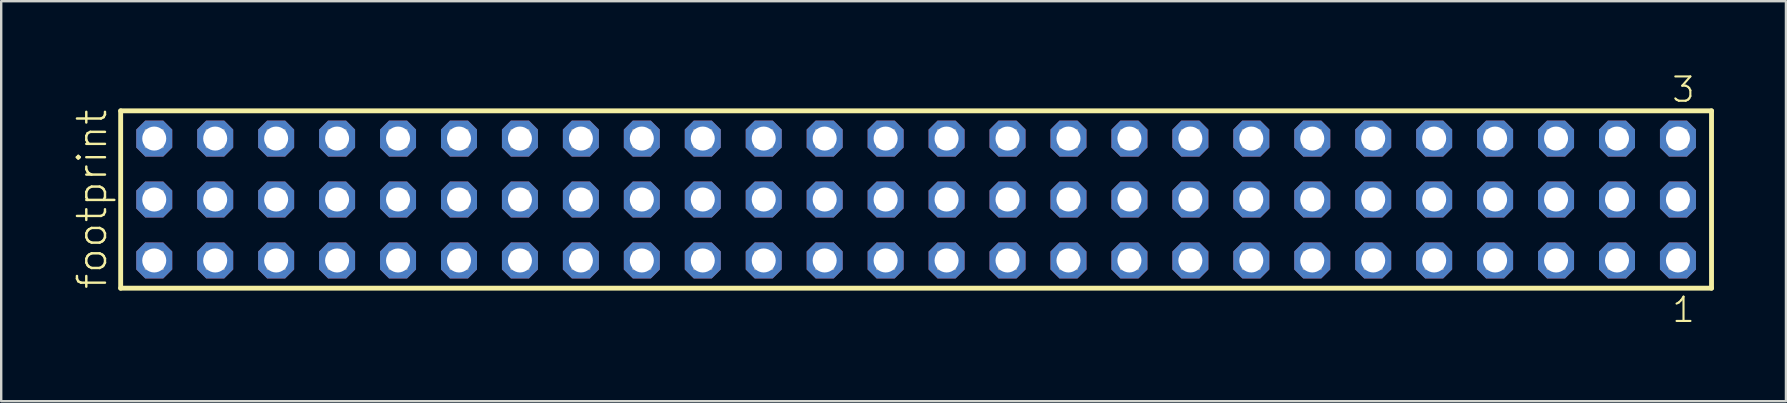
<source format=kicad_pcb>
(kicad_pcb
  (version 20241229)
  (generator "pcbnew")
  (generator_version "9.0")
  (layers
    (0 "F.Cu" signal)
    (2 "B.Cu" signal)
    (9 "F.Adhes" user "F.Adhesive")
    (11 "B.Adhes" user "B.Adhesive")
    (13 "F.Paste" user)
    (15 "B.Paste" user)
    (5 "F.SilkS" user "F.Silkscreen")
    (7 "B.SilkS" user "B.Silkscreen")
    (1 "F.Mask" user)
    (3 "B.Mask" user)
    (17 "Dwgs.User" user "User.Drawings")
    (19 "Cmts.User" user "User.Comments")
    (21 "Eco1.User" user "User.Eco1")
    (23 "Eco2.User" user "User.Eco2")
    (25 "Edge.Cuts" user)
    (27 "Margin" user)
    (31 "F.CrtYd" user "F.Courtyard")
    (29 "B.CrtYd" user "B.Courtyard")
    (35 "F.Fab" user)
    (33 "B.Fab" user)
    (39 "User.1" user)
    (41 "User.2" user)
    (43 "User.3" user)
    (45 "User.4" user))
  (footprint "footprint"
    (layer "F.Cu")
    (at 35.128 5.265)
    (property "Reference" "footprint" (at -33.655 3.81 90) (layer "F.SilkS") (effects (font (size 1.168 1.168) (thickness 0.102)) (justify left bottom)))
    (fp_line (start -33.149 -3.695) (end 33.149 -3.695) (stroke (width 0.203) (type solid)) (layer "F.SilkS"))
    (fp_line (start -33.149 3.695) (end -33.149 -3.695) (stroke (width 0.203) (type solid)) (layer "F.SilkS"))
    (fp_line (start 33.149 -3.695) (end 33.149 3.695) (stroke (width 0.203) (type solid)) (layer "F.SilkS"))
    (fp_line (start 33.149 3.695) (end -33.149 3.695) (stroke (width 0.203) (type solid)) (layer "F.SilkS"))
    (fp_poly (pts (xy -32.1 -2.19) (xy -31.4 -2.19) (xy -31.4 -2.89) (xy -32.1 -2.89)) (stroke (width 0.1) (type solid)) (fill no) (layer "F.Fab"))
    (fp_poly (pts (xy -32.1 0.35) (xy -31.4 0.35) (xy -31.4 -0.35) (xy -32.1 -0.35)) (stroke (width 0.1) (type solid)) (fill no) (layer "F.Fab"))
    (fp_poly (pts (xy -32.1 2.89) (xy -31.4 2.89) (xy -31.4 2.19) (xy -32.1 2.19)) (stroke (width 0.1) (type solid)) (fill no) (layer "F.Fab"))
    (fp_poly (pts (xy -29.56 -2.19) (xy -28.86 -2.19) (xy -28.86 -2.89) (xy -29.56 -2.89)) (stroke (width 0.1) (type solid)) (fill no) (layer "F.Fab"))
    (fp_poly (pts (xy -29.56 0.35) (xy -28.86 0.35) (xy -28.86 -0.35) (xy -29.56 -0.35)) (stroke (width 0.1) (type solid)) (fill no) (layer "F.Fab"))
    (fp_poly (pts (xy -29.56 2.89) (xy -28.86 2.89) (xy -28.86 2.19) (xy -29.56 2.19)) (stroke (width 0.1) (type solid)) (fill no) (layer "F.Fab"))
    (fp_poly (pts (xy -27.02 -2.19) (xy -26.32 -2.19) (xy -26.32 -2.89) (xy -27.02 -2.89)) (stroke (width 0.1) (type solid)) (fill no) (layer "F.Fab"))
    (fp_poly (pts (xy -27.02 0.35) (xy -26.32 0.35) (xy -26.32 -0.35) (xy -27.02 -0.35)) (stroke (width 0.1) (type solid)) (fill no) (layer "F.Fab"))
    (fp_poly (pts (xy -27.02 2.89) (xy -26.32 2.89) (xy -26.32 2.19) (xy -27.02 2.19)) (stroke (width 0.1) (type solid)) (fill no) (layer "F.Fab"))
    (fp_poly (pts (xy -24.48 -2.19) (xy -23.78 -2.19) (xy -23.78 -2.89) (xy -24.48 -2.89)) (stroke (width 0.1) (type solid)) (fill no) (layer "F.Fab"))
    (fp_poly (pts (xy -24.48 0.35) (xy -23.78 0.35) (xy -23.78 -0.35) (xy -24.48 -0.35)) (stroke (width 0.1) (type solid)) (fill no) (layer "F.Fab"))
    (fp_poly (pts (xy -24.48 2.89) (xy -23.78 2.89) (xy -23.78 2.19) (xy -24.48 2.19)) (stroke (width 0.1) (type solid)) (fill no) (layer "F.Fab"))
    (fp_poly (pts (xy -21.94 -2.19) (xy -21.24 -2.19) (xy -21.24 -2.89) (xy -21.94 -2.89)) (stroke (width 0.1) (type solid)) (fill no) (layer "F.Fab"))
    (fp_poly (pts (xy -21.94 0.35) (xy -21.24 0.35) (xy -21.24 -0.35) (xy -21.94 -0.35)) (stroke (width 0.1) (type solid)) (fill no) (layer "F.Fab"))
    (fp_poly (pts (xy -21.94 2.89) (xy -21.24 2.89) (xy -21.24 2.19) (xy -21.94 2.19)) (stroke (width 0.1) (type solid)) (fill no) (layer "F.Fab"))
    (fp_poly (pts (xy -19.4 -2.19) (xy -18.7 -2.19) (xy -18.7 -2.89) (xy -19.4 -2.89)) (stroke (width 0.1) (type solid)) (fill no) (layer "F.Fab"))
    (fp_poly (pts (xy -19.4 0.35) (xy -18.7 0.35) (xy -18.7 -0.35) (xy -19.4 -0.35)) (stroke (width 0.1) (type solid)) (fill no) (layer "F.Fab"))
    (fp_poly (pts (xy -19.4 2.89) (xy -18.7 2.89) (xy -18.7 2.19) (xy -19.4 2.19)) (stroke (width 0.1) (type solid)) (fill no) (layer "F.Fab"))
    (fp_poly (pts (xy -16.86 -2.19) (xy -16.16 -2.19) (xy -16.16 -2.89) (xy -16.86 -2.89)) (stroke (width 0.1) (type solid)) (fill no) (layer "F.Fab"))
    (fp_poly (pts (xy -16.86 0.35) (xy -16.16 0.35) (xy -16.16 -0.35) (xy -16.86 -0.35)) (stroke (width 0.1) (type solid)) (fill no) (layer "F.Fab"))
    (fp_poly (pts (xy -16.86 2.89) (xy -16.16 2.89) (xy -16.16 2.19) (xy -16.86 2.19)) (stroke (width 0.1) (type solid)) (fill no) (layer "F.Fab"))
    (fp_poly (pts (xy -14.32 -2.19) (xy -13.62 -2.19) (xy -13.62 -2.89) (xy -14.32 -2.89)) (stroke (width 0.1) (type solid)) (fill no) (layer "F.Fab"))
    (fp_poly (pts (xy -14.32 0.35) (xy -13.62 0.35) (xy -13.62 -0.35) (xy -14.32 -0.35)) (stroke (width 0.1) (type solid)) (fill no) (layer "F.Fab"))
    (fp_poly (pts (xy -14.32 2.89) (xy -13.62 2.89) (xy -13.62 2.19) (xy -14.32 2.19)) (stroke (width 0.1) (type solid)) (fill no) (layer "F.Fab"))
    (fp_poly (pts (xy -11.78 -2.19) (xy -11.08 -2.19) (xy -11.08 -2.89) (xy -11.78 -2.89)) (stroke (width 0.1) (type solid)) (fill no) (layer "F.Fab"))
    (fp_poly (pts (xy -11.78 0.35) (xy -11.08 0.35) (xy -11.08 -0.35) (xy -11.78 -0.35)) (stroke (width 0.1) (type solid)) (fill no) (layer "F.Fab"))
    (fp_poly (pts (xy -11.78 2.89) (xy -11.08 2.89) (xy -11.08 2.19) (xy -11.78 2.19)) (stroke (width 0.1) (type solid)) (fill no) (layer "F.Fab"))
    (fp_poly (pts (xy -9.24 -2.19) (xy -8.54 -2.19) (xy -8.54 -2.89) (xy -9.24 -2.89)) (stroke (width 0.1) (type solid)) (fill no) (layer "F.Fab"))
    (fp_poly (pts (xy -9.24 0.35) (xy -8.54 0.35) (xy -8.54 -0.35) (xy -9.24 -0.35)) (stroke (width 0.1) (type solid)) (fill no) (layer "F.Fab"))
    (fp_poly (pts (xy -9.24 2.89) (xy -8.54 2.89) (xy -8.54 2.19) (xy -9.24 2.19)) (stroke (width 0.1) (type solid)) (fill no) (layer "F.Fab"))
    (fp_poly (pts (xy -6.7 -2.19) (xy -6 -2.19) (xy -6 -2.89) (xy -6.7 -2.89)) (stroke (width 0.1) (type solid)) (fill no) (layer "F.Fab"))
    (fp_poly (pts (xy -6.7 0.35) (xy -6 0.35) (xy -6 -0.35) (xy -6.7 -0.35)) (stroke (width 0.1) (type solid)) (fill no) (layer "F.Fab"))
    (fp_poly (pts (xy -6.7 2.89) (xy -6 2.89) (xy -6 2.19) (xy -6.7 2.19)) (stroke (width 0.1) (type solid)) (fill no) (layer "F.Fab"))
    (fp_poly (pts (xy -4.16 -2.19) (xy -3.46 -2.19) (xy -3.46 -2.89) (xy -4.16 -2.89)) (stroke (width 0.1) (type solid)) (fill no) (layer "F.Fab"))
    (fp_poly (pts (xy -4.16 0.35) (xy -3.46 0.35) (xy -3.46 -0.35) (xy -4.16 -0.35)) (stroke (width 0.1) (type solid)) (fill no) (layer "F.Fab"))
    (fp_poly (pts (xy -4.16 2.89) (xy -3.46 2.89) (xy -3.46 2.19) (xy -4.16 2.19)) (stroke (width 0.1) (type solid)) (fill no) (layer "F.Fab"))
    (fp_poly (pts (xy -1.62 -2.19) (xy -0.92 -2.19) (xy -0.92 -2.89) (xy -1.62 -2.89)) (stroke (width 0.1) (type solid)) (fill no) (layer "F.Fab"))
    (fp_poly (pts (xy -1.62 0.35) (xy -0.92 0.35) (xy -0.92 -0.35) (xy -1.62 -0.35)) (stroke (width 0.1) (type solid)) (fill no) (layer "F.Fab"))
    (fp_poly (pts (xy -1.62 2.89) (xy -0.92 2.89) (xy -0.92 2.19) (xy -1.62 2.19)) (stroke (width 0.1) (type solid)) (fill no) (layer "F.Fab"))
    (fp_poly (pts (xy 0.92 -2.19) (xy 1.62 -2.19) (xy 1.62 -2.89) (xy 0.92 -2.89)) (stroke (width 0.1) (type solid)) (fill no) (layer "F.Fab"))
    (fp_poly (pts (xy 0.92 0.35) (xy 1.62 0.35) (xy 1.62 -0.35) (xy 0.92 -0.35)) (stroke (width 0.1) (type solid)) (fill no) (layer "F.Fab"))
    (fp_poly (pts (xy 0.92 2.89) (xy 1.62 2.89) (xy 1.62 2.19) (xy 0.92 2.19)) (stroke (width 0.1) (type solid)) (fill no) (layer "F.Fab"))
    (fp_poly (pts (xy 3.46 -2.19) (xy 4.16 -2.19) (xy 4.16 -2.89) (xy 3.46 -2.89)) (stroke (width 0.1) (type solid)) (fill no) (layer "F.Fab"))
    (fp_poly (pts (xy 3.46 0.35) (xy 4.16 0.35) (xy 4.16 -0.35) (xy 3.46 -0.35)) (stroke (width 0.1) (type solid)) (fill no) (layer "F.Fab"))
    (fp_poly (pts (xy 3.46 2.89) (xy 4.16 2.89) (xy 4.16 2.19) (xy 3.46 2.19)) (stroke (width 0.1) (type solid)) (fill no) (layer "F.Fab"))
    (fp_poly (pts (xy 6 -2.19) (xy 6.7 -2.19) (xy 6.7 -2.89) (xy 6 -2.89)) (stroke (width 0.1) (type solid)) (fill no) (layer "F.Fab"))
    (fp_poly (pts (xy 6 0.35) (xy 6.7 0.35) (xy 6.7 -0.35) (xy 6 -0.35)) (stroke (width 0.1) (type solid)) (fill no) (layer "F.Fab"))
    (fp_poly (pts (xy 6 2.89) (xy 6.7 2.89) (xy 6.7 2.19) (xy 6 2.19)) (stroke (width 0.1) (type solid)) (fill no) (layer "F.Fab"))
    (fp_poly (pts (xy 8.54 -2.19) (xy 9.24 -2.19) (xy 9.24 -2.89) (xy 8.54 -2.89)) (stroke (width 0.1) (type solid)) (fill no) (layer "F.Fab"))
    (fp_poly (pts (xy 8.54 0.35) (xy 9.24 0.35) (xy 9.24 -0.35) (xy 8.54 -0.35)) (stroke (width 0.1) (type solid)) (fill no) (layer "F.Fab"))
    (fp_poly (pts (xy 8.54 2.89) (xy 9.24 2.89) (xy 9.24 2.19) (xy 8.54 2.19)) (stroke (width 0.1) (type solid)) (fill no) (layer "F.Fab"))
    (fp_poly (pts (xy 11.08 -2.19) (xy 11.78 -2.19) (xy 11.78 -2.89) (xy 11.08 -2.89)) (stroke (width 0.1) (type solid)) (fill no) (layer "F.Fab"))
    (fp_poly (pts (xy 11.08 0.35) (xy 11.78 0.35) (xy 11.78 -0.35) (xy 11.08 -0.35)) (stroke (width 0.1) (type solid)) (fill no) (layer "F.Fab"))
    (fp_poly (pts (xy 11.08 2.89) (xy 11.78 2.89) (xy 11.78 2.19) (xy 11.08 2.19)) (stroke (width 0.1) (type solid)) (fill no) (layer "F.Fab"))
    (fp_poly (pts (xy 13.62 -2.19) (xy 14.32 -2.19) (xy 14.32 -2.89) (xy 13.62 -2.89)) (stroke (width 0.1) (type solid)) (fill no) (layer "F.Fab"))
    (fp_poly (pts (xy 13.62 0.35) (xy 14.32 0.35) (xy 14.32 -0.35) (xy 13.62 -0.35)) (stroke (width 0.1) (type solid)) (fill no) (layer "F.Fab"))
    (fp_poly (pts (xy 13.62 2.89) (xy 14.32 2.89) (xy 14.32 2.19) (xy 13.62 2.19)) (stroke (width 0.1) (type solid)) (fill no) (layer "F.Fab"))
    (fp_poly (pts (xy 16.16 -2.19) (xy 16.86 -2.19) (xy 16.86 -2.89) (xy 16.16 -2.89)) (stroke (width 0.1) (type solid)) (fill no) (layer "F.Fab"))
    (fp_poly (pts (xy 16.16 0.35) (xy 16.86 0.35) (xy 16.86 -0.35) (xy 16.16 -0.35)) (stroke (width 0.1) (type solid)) (fill no) (layer "F.Fab"))
    (fp_poly (pts (xy 16.16 2.89) (xy 16.86 2.89) (xy 16.86 2.19) (xy 16.16 2.19)) (stroke (width 0.1) (type solid)) (fill no) (layer "F.Fab"))
    (fp_poly (pts (xy 18.7 -2.19) (xy 19.4 -2.19) (xy 19.4 -2.89) (xy 18.7 -2.89)) (stroke (width 0.1) (type solid)) (fill no) (layer "F.Fab"))
    (fp_poly (pts (xy 18.7 0.35) (xy 19.4 0.35) (xy 19.4 -0.35) (xy 18.7 -0.35)) (stroke (width 0.1) (type solid)) (fill no) (layer "F.Fab"))
    (fp_poly (pts (xy 18.7 2.89) (xy 19.4 2.89) (xy 19.4 2.19) (xy 18.7 2.19)) (stroke (width 0.1) (type solid)) (fill no) (layer "F.Fab"))
    (fp_poly (pts (xy 21.24 -2.19) (xy 21.94 -2.19) (xy 21.94 -2.89) (xy 21.24 -2.89)) (stroke (width 0.1) (type solid)) (fill no) (layer "F.Fab"))
    (fp_poly (pts (xy 21.24 0.35) (xy 21.94 0.35) (xy 21.94 -0.35) (xy 21.24 -0.35)) (stroke (width 0.1) (type solid)) (fill no) (layer "F.Fab"))
    (fp_poly (pts (xy 21.24 2.89) (xy 21.94 2.89) (xy 21.94 2.19) (xy 21.24 2.19)) (stroke (width 0.1) (type solid)) (fill no) (layer "F.Fab"))
    (fp_poly (pts (xy 23.78 -2.19) (xy 24.48 -2.19) (xy 24.48 -2.89) (xy 23.78 -2.89)) (stroke (width 0.1) (type solid)) (fill no) (layer "F.Fab"))
    (fp_poly (pts (xy 23.78 0.35) (xy 24.48 0.35) (xy 24.48 -0.35) (xy 23.78 -0.35)) (stroke (width 0.1) (type solid)) (fill no) (layer "F.Fab"))
    (fp_poly (pts (xy 23.78 2.89) (xy 24.48 2.89) (xy 24.48 2.19) (xy 23.78 2.19)) (stroke (width 0.1) (type solid)) (fill no) (layer "F.Fab"))
    (fp_poly (pts (xy 26.32 -2.19) (xy 27.02 -2.19) (xy 27.02 -2.89) (xy 26.32 -2.89)) (stroke (width 0.1) (type solid)) (fill no) (layer "F.Fab"))
    (fp_poly (pts (xy 26.32 0.35) (xy 27.02 0.35) (xy 27.02 -0.35) (xy 26.32 -0.35)) (stroke (width 0.1) (type solid)) (fill no) (layer "F.Fab"))
    (fp_poly (pts (xy 26.32 2.89) (xy 27.02 2.89) (xy 27.02 2.19) (xy 26.32 2.19)) (stroke (width 0.1) (type solid)) (fill no) (layer "F.Fab"))
    (fp_poly (pts (xy 28.86 -2.19) (xy 29.56 -2.19) (xy 29.56 -2.89) (xy 28.86 -2.89)) (stroke (width 0.1) (type solid)) (fill no) (layer "F.Fab"))
    (fp_poly (pts (xy 28.86 0.35) (xy 29.56 0.35) (xy 29.56 -0.35) (xy 28.86 -0.35)) (stroke (width 0.1) (type solid)) (fill no) (layer "F.Fab"))
    (fp_poly (pts (xy 28.86 2.89) (xy 29.56 2.89) (xy 29.56 2.19) (xy 28.86 2.19)) (stroke (width 0.1) (type solid)) (fill no) (layer "F.Fab"))
    (fp_poly (pts (xy 31.4 -2.19) (xy 32.1 -2.19) (xy 32.1 -2.89) (xy 31.4 -2.89)) (stroke (width 0.1) (type solid)) (fill no) (layer "F.Fab"))
    (fp_poly (pts (xy 31.4 0.35) (xy 32.1 0.35) (xy 32.1 -0.35) (xy 31.4 -0.35)) (stroke (width 0.1) (type solid)) (fill no) (layer "F.Fab"))
    (fp_poly (pts (xy 31.4 2.89) (xy 32.1 2.89) (xy 32.1 2.19) (xy 31.4 2.19)) (stroke (width 0.1) (type solid)) (fill no) (layer "F.Fab"))
    (fp_text user "3" (at 31.438 -3.989 0) (layer "F.SilkS") (effects (font (size 1.012 1.012) (thickness 0.088)) (justify left bottom)))
    (fp_text user "1" (at 31.442 5.188 0) (layer "F.SilkS") (effects (font (size 1.012 1.012) (thickness 0.088)) (justify left bottom)))
    (pad "1" thru_hole roundrect (at 31.75 2.54 180) (size 1.5 1.5) (drill 1) (layers "*.Cu" "*.Mask") (roundrect_rratio 0.25) (chamfer_ratio 0.25) (chamfer top_left top_right bottom_left bottom_right))
    (pad "2" thru_hole roundrect (at 31.75 0 180) (size 1.5 1.5) (drill 1) (layers "*.Cu" "*.Mask") (roundrect_rratio 0.25) (chamfer_ratio 0.25) (chamfer top_left top_right bottom_left bottom_right))
    (pad "3" thru_hole roundrect (at 31.75 -2.54 180) (size 1.5 1.5) (drill 1) (layers "*.Cu" "*.Mask") (roundrect_rratio 0.25) (chamfer_ratio 0.25) (chamfer top_left top_right bottom_left bottom_right))
    (pad "4" thru_hole roundrect (at 29.21 2.54 180) (size 1.5 1.5) (drill 1) (layers "*.Cu" "*.Mask") (roundrect_rratio 0.25) (chamfer_ratio 0.25) (chamfer top_left top_right bottom_left bottom_right))
    (pad "5" thru_hole roundrect (at 29.21 0 180) (size 1.5 1.5) (drill 1) (layers "*.Cu" "*.Mask") (roundrect_rratio 0.25) (chamfer_ratio 0.25) (chamfer top_left top_right bottom_left bottom_right))
    (pad "6" thru_hole roundrect (at 29.21 -2.54 180) (size 1.5 1.5) (drill 1) (layers "*.Cu" "*.Mask") (roundrect_rratio 0.25) (chamfer_ratio 0.25) (chamfer top_left top_right bottom_left bottom_right))
    (pad "7" thru_hole roundrect (at 26.67 2.54 180) (size 1.5 1.5) (drill 1) (layers "*.Cu" "*.Mask") (roundrect_rratio 0.25) (chamfer_ratio 0.25) (chamfer top_left top_right bottom_left bottom_right))
    (pad "8" thru_hole roundrect (at 26.67 0 180) (size 1.5 1.5) (drill 1) (layers "*.Cu" "*.Mask") (roundrect_rratio 0.25) (chamfer_ratio 0.25) (chamfer top_left top_right bottom_left bottom_right))
    (pad "9" thru_hole roundrect (at 26.67 -2.54 180) (size 1.5 1.5) (drill 1) (layers "*.Cu" "*.Mask") (roundrect_rratio 0.25) (chamfer_ratio 0.25) (chamfer top_left top_right bottom_left bottom_right))
    (pad "10" thru_hole roundrect (at 24.13 2.54 180) (size 1.5 1.5) (drill 1) (layers "*.Cu" "*.Mask") (roundrect_rratio 0.25) (chamfer_ratio 0.25) (chamfer top_left top_right bottom_left bottom_right))
    (pad "11" thru_hole roundrect (at 24.13 0 180) (size 1.5 1.5) (drill 1) (layers "*.Cu" "*.Mask") (roundrect_rratio 0.25) (chamfer_ratio 0.25) (chamfer top_left top_right bottom_left bottom_right))
    (pad "12" thru_hole roundrect (at 24.13 -2.54 180) (size 1.5 1.5) (drill 1) (layers "*.Cu" "*.Mask") (roundrect_rratio 0.25) (chamfer_ratio 0.25) (chamfer top_left top_right bottom_left bottom_right))
    (pad "13" thru_hole roundrect (at 21.59 2.54 180) (size 1.5 1.5) (drill 1) (layers "*.Cu" "*.Mask") (roundrect_rratio 0.25) (chamfer_ratio 0.25) (chamfer top_left top_right bottom_left bottom_right))
    (pad "14" thru_hole roundrect (at 21.59 0 180) (size 1.5 1.5) (drill 1) (layers "*.Cu" "*.Mask") (roundrect_rratio 0.25) (chamfer_ratio 0.25) (chamfer top_left top_right bottom_left bottom_right))
    (pad "15" thru_hole roundrect (at 21.59 -2.54 180) (size 1.5 1.5) (drill 1) (layers "*.Cu" "*.Mask") (roundrect_rratio 0.25) (chamfer_ratio 0.25) (chamfer top_left top_right bottom_left bottom_right))
    (pad "16" thru_hole roundrect (at 19.05 2.54 180) (size 1.5 1.5) (drill 1) (layers "*.Cu" "*.Mask") (roundrect_rratio 0.25) (chamfer_ratio 0.25) (chamfer top_left top_right bottom_left bottom_right))
    (pad "17" thru_hole roundrect (at 19.05 0 180) (size 1.5 1.5) (drill 1) (layers "*.Cu" "*.Mask") (roundrect_rratio 0.25) (chamfer_ratio 0.25) (chamfer top_left top_right bottom_left bottom_right))
    (pad "18" thru_hole roundrect (at 19.05 -2.54 180) (size 1.5 1.5) (drill 1) (layers "*.Cu" "*.Mask") (roundrect_rratio 0.25) (chamfer_ratio 0.25) (chamfer top_left top_right bottom_left bottom_right))
    (pad "19" thru_hole roundrect (at 16.51 2.54 180) (size 1.5 1.5) (drill 1) (layers "*.Cu" "*.Mask") (roundrect_rratio 0.25) (chamfer_ratio 0.25) (chamfer top_left top_right bottom_left bottom_right))
    (pad "20" thru_hole roundrect (at 16.51 0 180) (size 1.5 1.5) (drill 1) (layers "*.Cu" "*.Mask") (roundrect_rratio 0.25) (chamfer_ratio 0.25) (chamfer top_left top_right bottom_left bottom_right))
    (pad "21" thru_hole roundrect (at 16.51 -2.54 180) (size 1.5 1.5) (drill 1) (layers "*.Cu" "*.Mask") (roundrect_rratio 0.25) (chamfer_ratio 0.25) (chamfer top_left top_right bottom_left bottom_right))
    (pad "22" thru_hole roundrect (at 13.97 2.54 180) (size 1.5 1.5) (drill 1) (layers "*.Cu" "*.Mask") (roundrect_rratio 0.25) (chamfer_ratio 0.25) (chamfer top_left top_right bottom_left bottom_right))
    (pad "23" thru_hole roundrect (at 13.97 0 180) (size 1.5 1.5) (drill 1) (layers "*.Cu" "*.Mask") (roundrect_rratio 0.25) (chamfer_ratio 0.25) (chamfer top_left top_right bottom_left bottom_right))
    (pad "24" thru_hole roundrect (at 13.97 -2.54 180) (size 1.5 1.5) (drill 1) (layers "*.Cu" "*.Mask") (roundrect_rratio 0.25) (chamfer_ratio 0.25) (chamfer top_left top_right bottom_left bottom_right))
    (pad "25" thru_hole roundrect (at 11.43 2.54 180) (size 1.5 1.5) (drill 1) (layers "*.Cu" "*.Mask") (roundrect_rratio 0.25) (chamfer_ratio 0.25) (chamfer top_left top_right bottom_left bottom_right))
    (pad "26" thru_hole roundrect (at 11.43 0 180) (size 1.5 1.5) (drill 1) (layers "*.Cu" "*.Mask") (roundrect_rratio 0.25) (chamfer_ratio 0.25) (chamfer top_left top_right bottom_left bottom_right))
    (pad "27" thru_hole roundrect (at 11.43 -2.54 180) (size 1.5 1.5) (drill 1) (layers "*.Cu" "*.Mask") (roundrect_rratio 0.25) (chamfer_ratio 0.25) (chamfer top_left top_right bottom_left bottom_right))
    (pad "28" thru_hole roundrect (at 8.89 2.54 180) (size 1.5 1.5) (drill 1) (layers "*.Cu" "*.Mask") (roundrect_rratio 0.25) (chamfer_ratio 0.25) (chamfer top_left top_right bottom_left bottom_right))
    (pad "29" thru_hole roundrect (at 8.89 0 180) (size 1.5 1.5) (drill 1) (layers "*.Cu" "*.Mask") (roundrect_rratio 0.25) (chamfer_ratio 0.25) (chamfer top_left top_right bottom_left bottom_right))
    (pad "30" thru_hole roundrect (at 8.89 -2.54 180) (size 1.5 1.5) (drill 1) (layers "*.Cu" "*.Mask") (roundrect_rratio 0.25) (chamfer_ratio 0.25) (chamfer top_left top_right bottom_left bottom_right))
    (pad "31" thru_hole roundrect (at 6.35 2.54 180) (size 1.5 1.5) (drill 1) (layers "*.Cu" "*.Mask") (roundrect_rratio 0.25) (chamfer_ratio 0.25) (chamfer top_left top_right bottom_left bottom_right))
    (pad "32" thru_hole roundrect (at 6.35 0 180) (size 1.5 1.5) (drill 1) (layers "*.Cu" "*.Mask") (roundrect_rratio 0.25) (chamfer_ratio 0.25) (chamfer top_left top_right bottom_left bottom_right))
    (pad "33" thru_hole roundrect (at 6.35 -2.54 180) (size 1.5 1.5) (drill 1) (layers "*.Cu" "*.Mask") (roundrect_rratio 0.25) (chamfer_ratio 0.25) (chamfer top_left top_right bottom_left bottom_right))
    (pad "34" thru_hole roundrect (at 3.81 2.54 180) (size 1.5 1.5) (drill 1) (layers "*.Cu" "*.Mask") (roundrect_rratio 0.25) (chamfer_ratio 0.25) (chamfer top_left top_right bottom_left bottom_right))
    (pad "35" thru_hole roundrect (at 3.81 0 180) (size 1.5 1.5) (drill 1) (layers "*.Cu" "*.Mask") (roundrect_rratio 0.25) (chamfer_ratio 0.25) (chamfer top_left top_right bottom_left bottom_right))
    (pad "36" thru_hole roundrect (at 3.81 -2.54 180) (size 1.5 1.5) (drill 1) (layers "*.Cu" "*.Mask") (roundrect_rratio 0.25) (chamfer_ratio 0.25) (chamfer top_left top_right bottom_left bottom_right))
    (pad "37" thru_hole roundrect (at 1.27 2.54 180) (size 1.5 1.5) (drill 1) (layers "*.Cu" "*.Mask") (roundrect_rratio 0.25) (chamfer_ratio 0.25) (chamfer top_left top_right bottom_left bottom_right))
    (pad "38" thru_hole roundrect (at 1.27 0 180) (size 1.5 1.5) (drill 1) (layers "*.Cu" "*.Mask") (roundrect_rratio 0.25) (chamfer_ratio 0.25) (chamfer top_left top_right bottom_left bottom_right))
    (pad "39" thru_hole roundrect (at 1.27 -2.54 180) (size 1.5 1.5) (drill 1) (layers "*.Cu" "*.Mask") (roundrect_rratio 0.25) (chamfer_ratio 0.25) (chamfer top_left top_right bottom_left bottom_right))
    (pad "40" thru_hole roundrect (at -1.27 2.54 180) (size 1.5 1.5) (drill 1) (layers "*.Cu" "*.Mask") (roundrect_rratio 0.25) (chamfer_ratio 0.25) (chamfer top_left top_right bottom_left bottom_right))
    (pad "41" thru_hole roundrect (at -1.27 0 180) (size 1.5 1.5) (drill 1) (layers "*.Cu" "*.Mask") (roundrect_rratio 0.25) (chamfer_ratio 0.25) (chamfer top_left top_right bottom_left bottom_right))
    (pad "42" thru_hole roundrect (at -1.27 -2.54 180) (size 1.5 1.5) (drill 1) (layers "*.Cu" "*.Mask") (roundrect_rratio 0.25) (chamfer_ratio 0.25) (chamfer top_left top_right bottom_left bottom_right))
    (pad "43" thru_hole roundrect (at -3.81 2.54 180) (size 1.5 1.5) (drill 1) (layers "*.Cu" "*.Mask") (roundrect_rratio 0.25) (chamfer_ratio 0.25) (chamfer top_left top_right bottom_left bottom_right))
    (pad "44" thru_hole roundrect (at -3.81 0 180) (size 1.5 1.5) (drill 1) (layers "*.Cu" "*.Mask") (roundrect_rratio 0.25) (chamfer_ratio 0.25) (chamfer top_left top_right bottom_left bottom_right))
    (pad "45" thru_hole roundrect (at -3.81 -2.54 180) (size 1.5 1.5) (drill 1) (layers "*.Cu" "*.Mask") (roundrect_rratio 0.25) (chamfer_ratio 0.25) (chamfer top_left top_right bottom_left bottom_right))
    (pad "46" thru_hole roundrect (at -6.35 2.54 180) (size 1.5 1.5) (drill 1) (layers "*.Cu" "*.Mask") (roundrect_rratio 0.25) (chamfer_ratio 0.25) (chamfer top_left top_right bottom_left bottom_right))
    (pad "47" thru_hole roundrect (at -6.35 0 180) (size 1.5 1.5) (drill 1) (layers "*.Cu" "*.Mask") (roundrect_rratio 0.25) (chamfer_ratio 0.25) (chamfer top_left top_right bottom_left bottom_right))
    (pad "48" thru_hole roundrect (at -6.35 -2.54 180) (size 1.5 1.5) (drill 1) (layers "*.Cu" "*.Mask") (roundrect_rratio 0.25) (chamfer_ratio 0.25) (chamfer top_left top_right bottom_left bottom_right))
    (pad "49" thru_hole roundrect (at -8.89 2.54 180) (size 1.5 1.5) (drill 1) (layers "*.Cu" "*.Mask") (roundrect_rratio 0.25) (chamfer_ratio 0.25) (chamfer top_left top_right bottom_left bottom_right))
    (pad "50" thru_hole roundrect (at -8.89 0 180) (size 1.5 1.5) (drill 1) (layers "*.Cu" "*.Mask") (roundrect_rratio 0.25) (chamfer_ratio 0.25) (chamfer top_left top_right bottom_left bottom_right))
    (pad "51" thru_hole roundrect (at -8.89 -2.54 180) (size 1.5 1.5) (drill 1) (layers "*.Cu" "*.Mask") (roundrect_rratio 0.25) (chamfer_ratio 0.25) (chamfer top_left top_right bottom_left bottom_right))
    (pad "52" thru_hole roundrect (at -11.43 2.54 180) (size 1.5 1.5) (drill 1) (layers "*.Cu" "*.Mask") (roundrect_rratio 0.25) (chamfer_ratio 0.25) (chamfer top_left top_right bottom_left bottom_right))
    (pad "53" thru_hole roundrect (at -11.43 0 180) (size 1.5 1.5) (drill 1) (layers "*.Cu" "*.Mask") (roundrect_rratio 0.25) (chamfer_ratio 0.25) (chamfer top_left top_right bottom_left bottom_right))
    (pad "54" thru_hole roundrect (at -11.43 -2.54 180) (size 1.5 1.5) (drill 1) (layers "*.Cu" "*.Mask") (roundrect_rratio 0.25) (chamfer_ratio 0.25) (chamfer top_left top_right bottom_left bottom_right))
    (pad "55" thru_hole roundrect (at -13.97 2.54 180) (size 1.5 1.5) (drill 1) (layers "*.Cu" "*.Mask") (roundrect_rratio 0.25) (chamfer_ratio 0.25) (chamfer top_left top_right bottom_left bottom_right))
    (pad "56" thru_hole roundrect (at -13.97 0 180) (size 1.5 1.5) (drill 1) (layers "*.Cu" "*.Mask") (roundrect_rratio 0.25) (chamfer_ratio 0.25) (chamfer top_left top_right bottom_left bottom_right))
    (pad "57" thru_hole roundrect (at -13.97 -2.54 180) (size 1.5 1.5) (drill 1) (layers "*.Cu" "*.Mask") (roundrect_rratio 0.25) (chamfer_ratio 0.25) (chamfer top_left top_right bottom_left bottom_right))
    (pad "58" thru_hole roundrect (at -16.51 2.54 180) (size 1.5 1.5) (drill 1) (layers "*.Cu" "*.Mask") (roundrect_rratio 0.25) (chamfer_ratio 0.25) (chamfer top_left top_right bottom_left bottom_right))
    (pad "59" thru_hole roundrect (at -16.51 0 180) (size 1.5 1.5) (drill 1) (layers "*.Cu" "*.Mask") (roundrect_rratio 0.25) (chamfer_ratio 0.25) (chamfer top_left top_right bottom_left bottom_right))
    (pad "60" thru_hole roundrect (at -16.51 -2.54 180) (size 1.5 1.5) (drill 1) (layers "*.Cu" "*.Mask") (roundrect_rratio 0.25) (chamfer_ratio 0.25) (chamfer top_left top_right bottom_left bottom_right))
    (pad "61" thru_hole roundrect (at -19.05 2.54 180) (size 1.5 1.5) (drill 1) (layers "*.Cu" "*.Mask") (roundrect_rratio 0.25) (chamfer_ratio 0.25) (chamfer top_left top_right bottom_left bottom_right))
    (pad "62" thru_hole roundrect (at -19.05 0 180) (size 1.5 1.5) (drill 1) (layers "*.Cu" "*.Mask") (roundrect_rratio 0.25) (chamfer_ratio 0.25) (chamfer top_left top_right bottom_left bottom_right))
    (pad "63" thru_hole roundrect (at -19.05 -2.54 180) (size 1.5 1.5) (drill 1) (layers "*.Cu" "*.Mask") (roundrect_rratio 0.25) (chamfer_ratio 0.25) (chamfer top_left top_right bottom_left bottom_right))
    (pad "64" thru_hole roundrect (at -21.59 2.54 180) (size 1.5 1.5) (drill 1) (layers "*.Cu" "*.Mask") (roundrect_rratio 0.25) (chamfer_ratio 0.25) (chamfer top_left top_right bottom_left bottom_right))
    (pad "65" thru_hole roundrect (at -21.59 0 180) (size 1.5 1.5) (drill 1) (layers "*.Cu" "*.Mask") (roundrect_rratio 0.25) (chamfer_ratio 0.25) (chamfer top_left top_right bottom_left bottom_right))
    (pad "66" thru_hole roundrect (at -21.59 -2.54 180) (size 1.5 1.5) (drill 1) (layers "*.Cu" "*.Mask") (roundrect_rratio 0.25) (chamfer_ratio 0.25) (chamfer top_left top_right bottom_left bottom_right))
    (pad "67" thru_hole roundrect (at -24.13 2.54 180) (size 1.5 1.5) (drill 1) (layers "*.Cu" "*.Mask") (roundrect_rratio 0.25) (chamfer_ratio 0.25) (chamfer top_left top_right bottom_left bottom_right))
    (pad "68" thru_hole roundrect (at -24.13 0 180) (size 1.5 1.5) (drill 1) (layers "*.Cu" "*.Mask") (roundrect_rratio 0.25) (chamfer_ratio 0.25) (chamfer top_left top_right bottom_left bottom_right))
    (pad "69" thru_hole roundrect (at -24.13 -2.54 180) (size 1.5 1.5) (drill 1) (layers "*.Cu" "*.Mask") (roundrect_rratio 0.25) (chamfer_ratio 0.25) (chamfer top_left top_right bottom_left bottom_right))
    (pad "70" thru_hole roundrect (at -26.67 2.54 180) (size 1.5 1.5) (drill 1) (layers "*.Cu" "*.Mask") (roundrect_rratio 0.25) (chamfer_ratio 0.25) (chamfer top_left top_right bottom_left bottom_right))
    (pad "71" thru_hole roundrect (at -26.67 0 180) (size 1.5 1.5) (drill 1) (layers "*.Cu" "*.Mask") (roundrect_rratio 0.25) (chamfer_ratio 0.25) (chamfer top_left top_right bottom_left bottom_right))
    (pad "72" thru_hole roundrect (at -26.67 -2.54 180) (size 1.5 1.5) (drill 1) (layers "*.Cu" "*.Mask") (roundrect_rratio 0.25) (chamfer_ratio 0.25) (chamfer top_left top_right bottom_left bottom_right))
    (pad "73" thru_hole roundrect (at -29.21 2.54 180) (size 1.5 1.5) (drill 1) (layers "*.Cu" "*.Mask") (roundrect_rratio 0.25) (chamfer_ratio 0.25) (chamfer top_left top_right bottom_left bottom_right))
    (pad "74" thru_hole roundrect (at -29.21 0 180) (size 1.5 1.5) (drill 1) (layers "*.Cu" "*.Mask") (roundrect_rratio 0.25) (chamfer_ratio 0.25) (chamfer top_left top_right bottom_left bottom_right))
    (pad "75" thru_hole roundrect (at -29.21 -2.54 180) (size 1.5 1.5) (drill 1) (layers "*.Cu" "*.Mask") (roundrect_rratio 0.25) (chamfer_ratio 0.25) (chamfer top_left top_right bottom_left bottom_right))
    (pad "76" thru_hole roundrect (at -31.75 2.54 180) (size 1.5 1.5) (drill 1) (layers "*.Cu" "*.Mask") (roundrect_rratio 0.25) (chamfer_ratio 0.25) (chamfer top_left top_right bottom_left bottom_right))
    (pad "77" thru_hole roundrect (at -31.75 0 180) (size 1.5 1.5) (drill 1) (layers "*.Cu" "*.Mask") (roundrect_rratio 0.25) (chamfer_ratio 0.25) (chamfer top_left top_right bottom_left bottom_right))
    (pad "78" thru_hole roundrect (at -31.75 -2.54 180) (size 1.5 1.5) (drill 1) (layers "*.Cu" "*.Mask") (roundrect_rratio 0.25) (chamfer_ratio 0.25) (chamfer top_left top_right bottom_left bottom_right)))
  (gr_rect
    (start -3 -3)
    (end 71.379 13.67)
    (stroke (width 0.1) (type default))
    (fill no)
    (layer "Edge.Cuts")))
</source>
